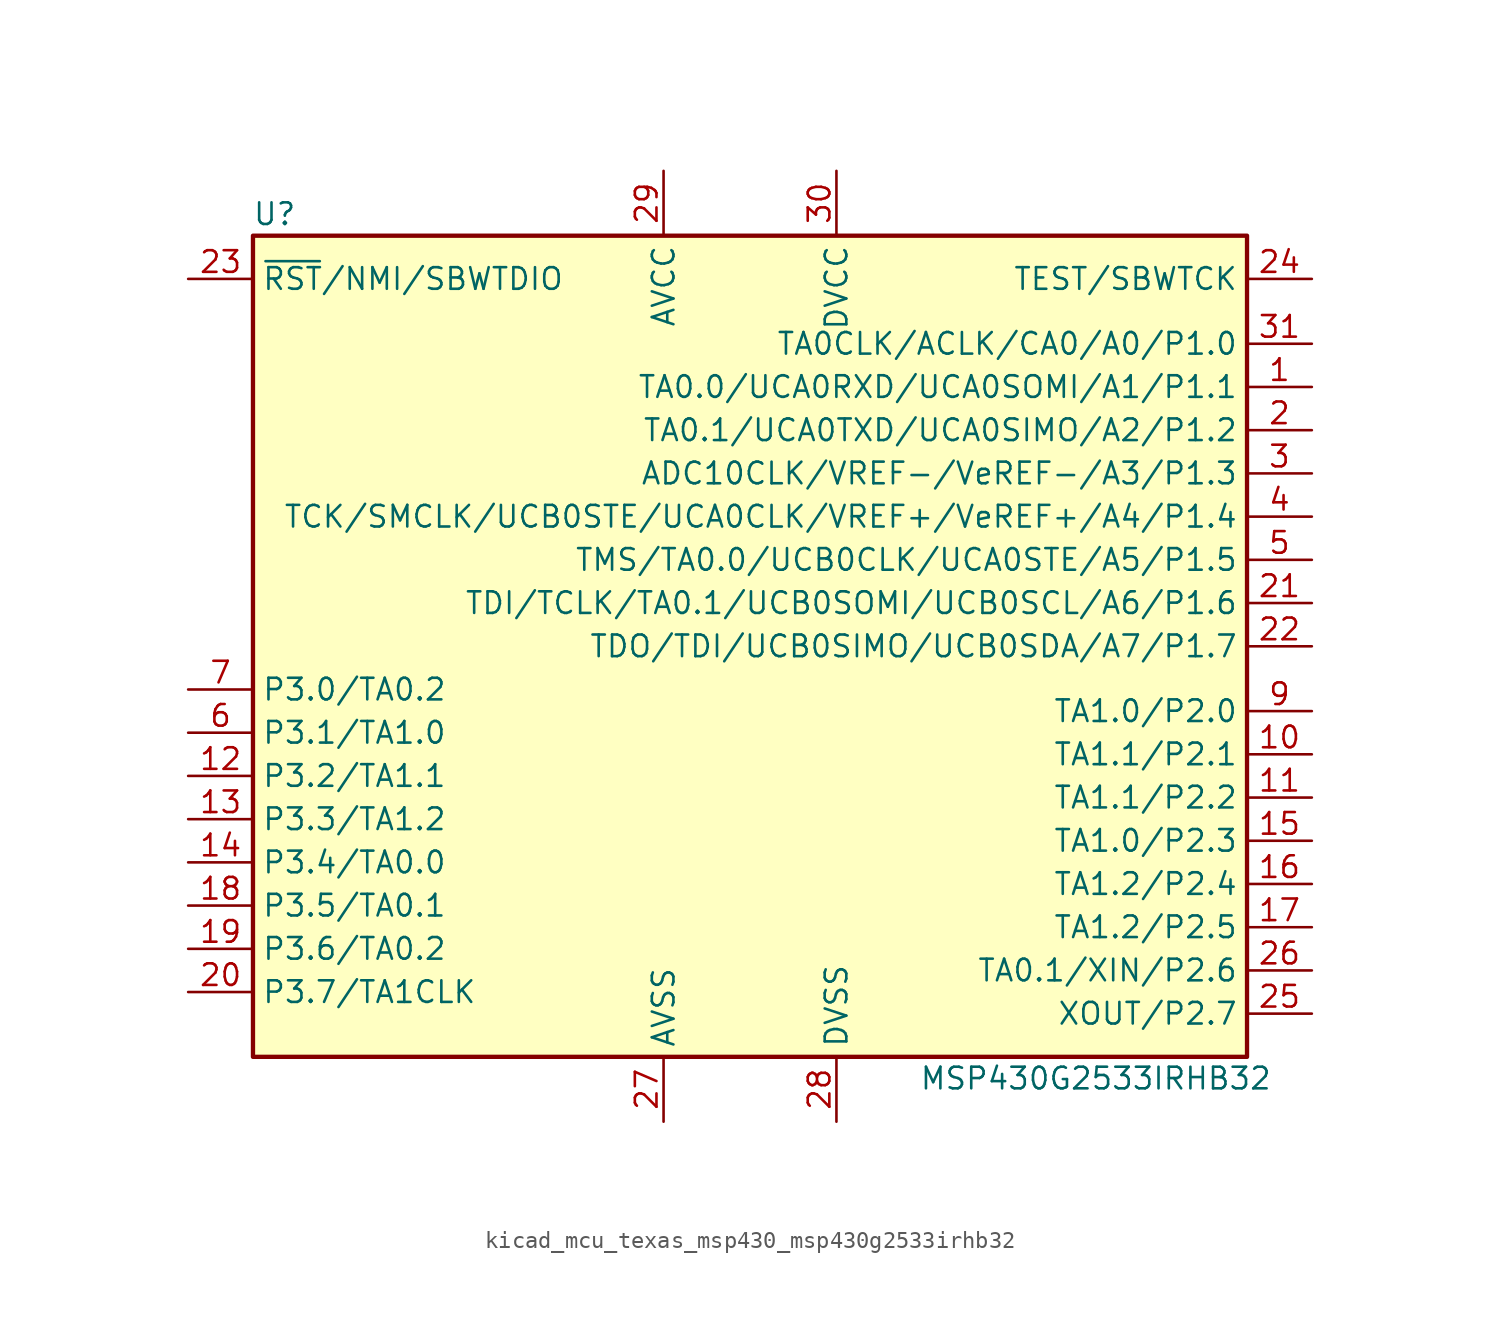
<source format=kicad_sym>
(kicad_symbol_lib
  (version 20220914)
  (generator kicad_symbol_editor)
  (symbol "kicad_mcu_texas_msp430_msp430g2533irhb32"
    (property "Reference" "U"
      (at -27.94 25.4 0)
      (effects (font (size 1.27 1.27))))
    (property "Value" "MSP430G2533IRHB32"
      (at 20.32 -25.4 0)
      (effects (font (size 1.27 1.27))))
    (symbol "kicad_mcu_texas_msp430_msp430g2533irhb32_0_1"
      (rectangle (start -29.21 24.13) (end 29.21 -24.13) (stroke (width 0.254) (type default)) (fill (type background))))
    (symbol "kicad_mcu_texas_msp430_msp430g2533irhb32_1_1"
      (pin bidirectional line (at 33.02 15.24 180) (length 3.81) (name "TA0.0/UCA0RXD/UCA0SOMI/A1/P1.1" (effects (font (size 1.27 1.27)))) (number "1" (effects (font (size 1.27 1.27)))))
      (pin bidirectional line (at 33.02 -6.35 180) (length 3.81) (name "TA1.1/P2.1" (effects (font (size 1.27 1.27)))) (number "10" (effects (font (size 1.27 1.27)))))
      (pin bidirectional line (at 33.02 -8.89 180) (length 3.81) (name "TA1.1/P2.2" (effects (font (size 1.27 1.27)))) (number "11" (effects (font (size 1.27 1.27)))))
      (pin bidirectional line (at -33.02 -7.62 0) (length 3.81) (name "P3.2/TA1.1" (effects (font (size 1.27 1.27)))) (number "12" (effects (font (size 1.27 1.27)))))
      (pin bidirectional line (at -33.02 -10.16 0) (length 3.81) (name "P3.3/TA1.2" (effects (font (size 1.27 1.27)))) (number "13" (effects (font (size 1.27 1.27)))))
      (pin bidirectional line (at -33.02 -12.7 0) (length 3.81) (name "P3.4/TA0.0" (effects (font (size 1.27 1.27)))) (number "14" (effects (font (size 1.27 1.27)))))
      (pin bidirectional line (at 33.02 -11.43 180) (length 3.81) (name "TA1.0/P2.3" (effects (font (size 1.27 1.27)))) (number "15" (effects (font (size 1.27 1.27)))))
      (pin bidirectional line (at 33.02 -13.97 180) (length 3.81) (name "TA1.2/P2.4" (effects (font (size 1.27 1.27)))) (number "16" (effects (font (size 1.27 1.27)))))
      (pin bidirectional line (at 33.02 -16.51 180) (length 3.81) (name "TA1.2/P2.5" (effects (font (size 1.27 1.27)))) (number "17" (effects (font (size 1.27 1.27)))))
      (pin bidirectional line (at -33.02 -15.24 0) (length 3.81) (name "P3.5/TA0.1" (effects (font (size 1.27 1.27)))) (number "18" (effects (font (size 1.27 1.27)))))
      (pin bidirectional line (at -33.02 -17.78 0) (length 3.81) (name "P3.6/TA0.2" (effects (font (size 1.27 1.27)))) (number "19" (effects (font (size 1.27 1.27)))))
      (pin bidirectional line (at 33.02 12.7 180) (length 3.81) (name "TA0.1/UCA0TXD/UCA0SIMO/A2/P1.2" (effects (font (size 1.27 1.27)))) (number "2" (effects (font (size 1.27 1.27)))))
      (pin bidirectional line (at -33.02 -20.32 0) (length 3.81) (name "P3.7/TA1CLK" (effects (font (size 1.27 1.27)))) (number "20" (effects (font (size 1.27 1.27)))))
      (pin bidirectional line (at 33.02 2.54 180) (length 3.81) (name "TDI/TCLK/TA0.1/UCB0SOMI/UCB0SCL/A6/P1.6" (effects (font (size 1.27 1.27)))) (number "21" (effects (font (size 1.27 1.27)))))
      (pin bidirectional line (at 33.02 0 180) (length 3.81) (name "TDO/TDI/UCB0SIMO/UCB0SDA/A7/P1.7" (effects (font (size 1.27 1.27)))) (number "22" (effects (font (size 1.27 1.27)))))
      (pin input line (at -33.02 21.59 0) (length 3.81) (name "~{RST}/NMI/SBWTDIO" (effects (font (size 1.27 1.27)))) (number "23" (effects (font (size 1.27 1.27)))))
      (pin input line (at 33.02 21.59 180) (length 3.81) (name "TEST/SBWTCK" (effects (font (size 1.27 1.27)))) (number "24" (effects (font (size 1.27 1.27)))))
      (pin bidirectional line (at 33.02 -21.59 180) (length 3.81) (name "XOUT/P2.7" (effects (font (size 1.27 1.27)))) (number "25" (effects (font (size 1.27 1.27)))))
      (pin bidirectional line (at 33.02 -19.05 180) (length 3.81) (name "TA0.1/XIN/P2.6" (effects (font (size 1.27 1.27)))) (number "26" (effects (font (size 1.27 1.27)))))
      (pin power_in line (at -5.08 -27.94 90) (length 3.81) (name "AVSS" (effects (font (size 1.27 1.27)))) (number "27" (effects (font (size 1.27 1.27)))))
      (pin power_in line (at 5.08 -27.94 90) (length 3.81) (name "DVSS" (effects (font (size 1.27 1.27)))) (number "28" (effects (font (size 1.27 1.27)))))
      (pin power_in line (at -5.08 27.94 270) (length 3.81) (name "AVCC" (effects (font (size 1.27 1.27)))) (number "29" (effects (font (size 1.27 1.27)))))
      (pin bidirectional line (at 33.02 10.16 180) (length 3.81) (name "ADC10CLK/VREF-/VeREF-/A3/P1.3" (effects (font (size 1.27 1.27)))) (number "3" (effects (font (size 1.27 1.27)))))
      (pin power_in line (at 5.08 27.94 270) (length 3.81) (name "DVCC" (effects (font (size 1.27 1.27)))) (number "30" (effects (font (size 1.27 1.27)))))
      (pin bidirectional line (at 33.02 17.78 180) (length 3.81) (name "TA0CLK/ACLK/CA0/A0/P1.0" (effects (font (size 1.27 1.27)))) (number "31" (effects (font (size 1.27 1.27)))))
      (pin bidirectional line (at 33.02 7.62 180) (length 3.81) (name "TCK/SMCLK/UCB0STE/UCA0CLK/VREF+/VeREF+/A4/P1.4" (effects (font (size 1.27 1.27)))) (number "4" (effects (font (size 1.27 1.27)))))
      (pin bidirectional line (at 33.02 5.08 180) (length 3.81) (name "TMS/TA0.0/UCB0CLK/UCA0STE/A5/P1.5" (effects (font (size 1.27 1.27)))) (number "5" (effects (font (size 1.27 1.27)))))
      (pin bidirectional line (at -33.02 -5.08 0) (length 3.81) (name "P3.1/TA1.0" (effects (font (size 1.27 1.27)))) (number "6" (effects (font (size 1.27 1.27)))))
      (pin bidirectional line (at -33.02 -2.54 0) (length 3.81) (name "P3.0/TA0.2" (effects (font (size 1.27 1.27)))) (number "7" (effects (font (size 1.27 1.27)))))
      (pin bidirectional line (at 33.02 -3.81 180) (length 3.81) (name "TA1.0/P2.0" (effects (font (size 1.27 1.27)))) (number "9" (effects (font (size 1.27 1.27))))))))
</source>
